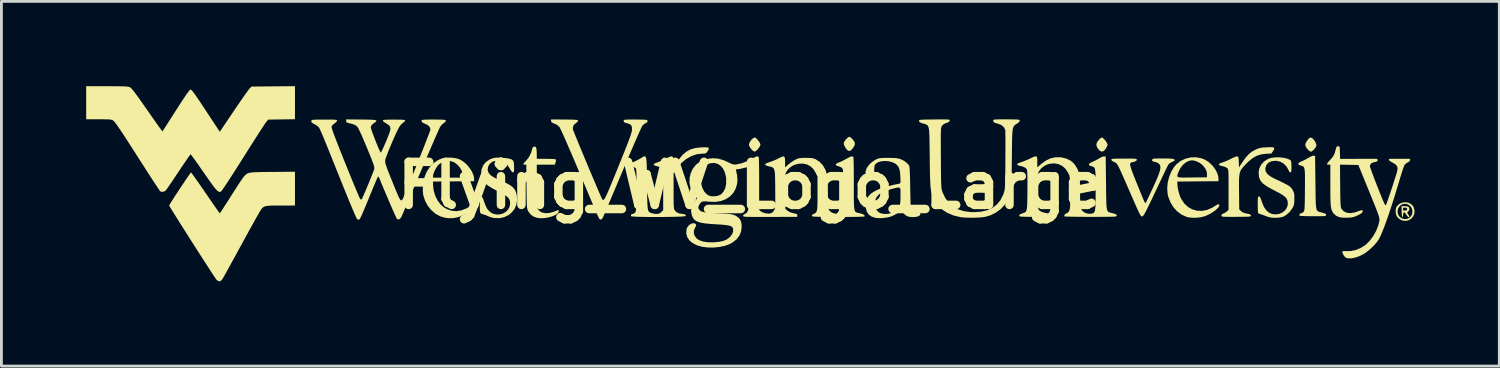
<source format=kicad_pcb>
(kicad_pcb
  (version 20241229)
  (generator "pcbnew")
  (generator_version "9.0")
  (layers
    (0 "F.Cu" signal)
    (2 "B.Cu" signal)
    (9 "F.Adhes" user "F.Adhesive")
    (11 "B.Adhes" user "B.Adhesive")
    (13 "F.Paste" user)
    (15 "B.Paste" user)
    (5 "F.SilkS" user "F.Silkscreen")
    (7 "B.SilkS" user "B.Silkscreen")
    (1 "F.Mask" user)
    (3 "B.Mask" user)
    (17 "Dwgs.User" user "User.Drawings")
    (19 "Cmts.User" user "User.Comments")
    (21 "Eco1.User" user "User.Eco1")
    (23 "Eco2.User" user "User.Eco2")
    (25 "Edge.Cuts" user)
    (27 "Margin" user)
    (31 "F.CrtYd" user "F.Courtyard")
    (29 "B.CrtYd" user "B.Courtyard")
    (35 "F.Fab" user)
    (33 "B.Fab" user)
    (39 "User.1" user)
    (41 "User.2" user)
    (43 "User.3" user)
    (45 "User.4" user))
  (footprint "Flying_WV_Logo_Large"
    (layer "F.Cu")
    (at 23.496 3.512)
    (property "Reference" "Flying_WV_Logo_Large" (at 0 0 0) (layer "F.SilkS") (effects (font (size 1.524 1.524) (thickness 0.3))))
    (attr board_only exclude_from_pos_files exclude_from_bom)
    (fp_poly (pts (xy 3.552 -1.703) (xy 3.605 -1.657) (xy 3.657 -1.597) (xy 3.696 -1.534) (xy 3.708 -1.502) (xy 3.704 -1.432) (xy 3.66 -1.348) (xy 3.595 -1.268) (xy 3.548 -1.227) (xy 3.502 -1.221) (xy 3.47 -1.231) (xy 3.43 -1.263) (xy 3.385 -1.321) (xy 3.345 -1.39) (xy 3.318 -1.455) (xy 3.313 -1.499) (xy 3.338 -1.554) (xy 3.383 -1.617) (xy 3.435 -1.674) (xy 3.484 -1.712) (xy 3.51 -1.721)) (stroke (width 0) (type solid)) (fill yes) (layer "F.SilkS"))
    (fp_poly (pts (xy 12.483 -1.68) (xy 12.532 -1.636) (xy 12.583 -1.576) (xy 12.624 -1.512) (xy 12.628 -1.505) (xy 12.65 -1.453) (xy 12.646 -1.41) (xy 12.627 -1.367) (xy 12.564 -1.265) (xy 12.5 -1.208) (xy 12.436 -1.198) (xy 12.371 -1.233) (xy 12.322 -1.288) (xy 12.271 -1.37) (xy 12.255 -1.437) (xy 12.269 -1.502) (xy 12.278 -1.522) (xy 12.314 -1.577) (xy 12.362 -1.633) (xy 12.41 -1.678) (xy 12.445 -1.698) (xy 12.448 -1.698)) (stroke (width 0) (type solid)) (fill yes) (layer "F.SilkS"))
    (fp_poly (pts (xy 19.873 -1.683) (xy 19.881 -1.68) (xy 19.93 -1.641) (xy 19.98 -1.578) (xy 20.02 -1.505) (xy 20.042 -1.438) (xy 20.042 -1.399) (xy 20.013 -1.343) (xy 19.966 -1.282) (xy 19.913 -1.23) (xy 19.865 -1.198) (xy 19.847 -1.193) (xy 19.808 -1.209) (xy 19.758 -1.251) (xy 19.735 -1.274) (xy 19.673 -1.356) (xy 19.649 -1.427) (xy 19.661 -1.495) (xy 19.698 -1.56) (xy 19.754 -1.637) (xy 19.796 -1.679) (xy 19.833 -1.692)) (stroke (width 0) (type solid)) (fill yes) (layer "F.SilkS"))
    (fp_poly (pts (xy 0.214 -1.67) (xy 0.264 -1.619) (xy 0.313 -1.556) (xy 0.351 -1.494) (xy 0.367 -1.447) (xy 0.367 -1.446) (xy 0.352 -1.397) (xy 0.313 -1.334) (xy 0.262 -1.271) (xy 0.21 -1.221) (xy 0.168 -1.198) (xy 0.118 -1.211) (xy 0.057 -1.267) (xy 0.048 -1.278) (xy 0.002 -1.34) (xy -0.03 -1.397) (xy -0.038 -1.416) (xy -0.034 -1.475) (xy -0.004 -1.544) (xy 0.043 -1.611) (xy 0.098 -1.665) (xy 0.152 -1.693) (xy 0.175 -1.694)) (stroke (width 0) (type solid)) (fill yes) (layer "F.SilkS"))
    (fp_poly (pts (xy 23.275 0.607) (xy 23.374 0.647) (xy 23.452 0.718) (xy 23.482 0.767) (xy 23.515 0.883) (xy 23.51 0.993) (xy 23.471 1.091) (xy 23.404 1.172) (xy 23.317 1.229) (xy 23.214 1.256) (xy 23.102 1.247) (xy 23.024 1.217) (xy 22.955 1.17) (xy 22.899 1.112) (xy 22.888 1.096) (xy 22.855 1.006) (xy 22.849 0.942) (xy 22.913 0.942) (xy 22.936 1.036) (xy 22.99 1.113) (xy 23.067 1.166) (xy 23.158 1.191) (xy 23.258 1.18) (xy 23.327 1.149) (xy 23.397 1.081) (xy 23.436 0.992) (xy 23.442 0.894) (xy 23.414 0.797) (xy 23.36 0.725) (xy 23.271 0.667) (xy 23.174 0.649) (xy 23.08 0.668) (xy 22.998 0.722) (xy 22.938 0.808) (xy 22.927 0.836) (xy 22.913 0.942) (xy 22.849 0.942) (xy 22.845 0.902) (xy 22.859 0.804) (xy 22.884 0.747) (xy 22.961 0.666) (xy 23.059 0.616) (xy 23.167 0.596)) (stroke (width 0) (type solid)) (fill yes) (layer "F.SilkS"))
    (fp_poly (pts (xy 23.241 0.74) (xy 23.294 0.753) (xy 23.307 0.762) (xy 23.333 0.816) (xy 23.326 0.877) (xy 23.29 0.924) (xy 23.262 0.947) (xy 23.259 0.97) (xy 23.282 1.01) (xy 23.29 1.022) (xy 23.325 1.082) (xy 23.332 1.114) (xy 23.31 1.124) (xy 23.305 1.124) (xy 23.276 1.106) (xy 23.239 1.059) (xy 23.222 1.031) (xy 23.179 0.969) (xy 23.145 0.951) (xy 23.122 0.977) (xy 23.11 1.04) (xy 23.101 1.104) (xy 23.089 1.127) (xy 23.078 1.113) (xy 23.067 1.066) (xy 23.061 0.991) (xy 23.06 0.929) (xy 23.06 0.837) (xy 23.106 0.837) (xy 23.111 0.878) (xy 23.136 0.892) (xy 23.18 0.891) (xy 23.234 0.878) (xy 23.254 0.849) (xy 23.255 0.837) (xy 23.243 0.803) (xy 23.199 0.787) (xy 23.18 0.784) (xy 23.129 0.784) (xy 23.109 0.802) (xy 23.106 0.837) (xy 23.06 0.837) (xy 23.06 0.734) (xy 23.17 0.734)) (stroke (width 0) (type solid)) (fill yes) (layer "F.SilkS"))
    (fp_poly (pts (xy 19.996 -1.044) (xy 20.008 -0.098) (xy 20.011 0.142) (xy 20.013 0.341) (xy 20.016 0.502) (xy 20.021 0.63) (xy 20.028 0.729) (xy 20.038 0.803) (xy 20.052 0.856) (xy 20.072 0.893) (xy 20.098 0.917) (xy 20.131 0.933) (xy 20.172 0.944) (xy 20.222 0.956) (xy 20.241 0.961) (xy 20.322 0.985) (xy 20.367 1.007) (xy 20.385 1.032) (xy 20.387 1.045) (xy 20.385 1.06) (xy 20.375 1.071) (xy 20.352 1.079) (xy 20.309 1.085) (xy 20.242 1.088) (xy 20.143 1.089) (xy 20.007 1.09) (xy 19.919 1.09) (xy 19.748 1.089) (xy 19.618 1.086) (xy 19.527 1.082) (xy 19.47 1.075) (xy 19.443 1.066) (xy 19.441 1.062) (xy 19.443 1.017) (xy 19.479 0.989) (xy 19.501 0.987) (xy 19.546 0.971) (xy 19.586 0.938) (xy 19.598 0.922) (xy 19.608 0.901) (xy 19.615 0.869) (xy 19.621 0.821) (xy 19.626 0.753) (xy 19.629 0.659) (xy 19.632 0.535) (xy 19.634 0.376) (xy 19.636 0.176) (xy 19.636 0.156) (xy 19.638 -0.06) (xy 19.638 -0.235) (xy 19.637 -0.372) (xy 19.633 -0.478) (xy 19.625 -0.557) (xy 19.613 -0.612) (xy 19.595 -0.65) (xy 19.572 -0.674) (xy 19.541 -0.689) (xy 19.504 -0.7) (xy 19.487 -0.704) (xy 19.42 -0.729) (xy 19.398 -0.761) (xy 19.42 -0.798) (xy 19.487 -0.839) (xy 19.531 -0.859) (xy 19.628 -0.903) (xy 19.729 -0.957) (xy 19.777 -0.986) (xy 19.853 -1.027) (xy 19.917 -1.05) (xy 19.944 -1.051)) (stroke (width 0) (type solid)) (fill yes) (layer "F.SilkS"))
    (fp_poly (pts (xy -7.595 -1.37) (xy -7.573 -1.342) (xy -7.563 -1.306) (xy -7.556 -1.243) (xy -7.55 -1.156) (xy -7.549 -1.087) (xy -7.549 -0.941) (xy -7.218 -0.941) (xy -7.083 -0.939) (xy -6.977 -0.935) (xy -6.905 -0.928) (xy -6.872 -0.918) (xy -6.872 -0.917) (xy -6.869 -0.882) (xy -6.88 -0.825) (xy -6.884 -0.814) (xy -6.91 -0.734) (xy -7.549 -0.734) (xy -7.549 0.017) (xy -7.548 0.244) (xy -7.546 0.429) (xy -7.543 0.574) (xy -7.539 0.684) (xy -7.533 0.76) (xy -7.525 0.808) (xy -7.52 0.824) (xy -7.453 0.907) (xy -7.356 0.961) (xy -7.236 0.984) (xy -7.1 0.975) (xy -6.954 0.934) (xy -6.949 0.932) (xy -6.862 0.897) (xy -6.808 0.879) (xy -6.781 0.877) (xy -6.77 0.889) (xy -6.769 0.916) (xy -6.79 0.969) (xy -6.849 1.021) (xy -6.938 1.068) (xy -7.047 1.108) (xy -7.169 1.139) (xy -7.295 1.158) (xy -7.417 1.162) (xy -7.526 1.15) (xy -7.658 1.106) (xy -7.76 1.035) (xy -7.843 0.929) (xy -7.862 0.895) (xy -7.873 0.87) (xy -7.883 0.839) (xy -7.89 0.798) (xy -7.896 0.742) (xy -7.901 0.665) (xy -7.904 0.563) (xy -7.907 0.43) (xy -7.909 0.262) (xy -7.912 0.053) (xy -7.912 0.04) (xy -7.919 -0.734) (xy -7.975 -0.734) (xy -8.017 -0.74) (xy -8.026 -0.759) (xy -8.001 -0.797) (xy -7.948 -0.85) (xy -7.833 -0.99) (xy -7.751 -1.151) (xy -7.724 -1.246) (xy -7.705 -1.317) (xy -7.684 -1.354) (xy -7.653 -1.37) (xy -7.638 -1.372)) (stroke (width 0) (type solid)) (fill yes) (layer "F.SilkS"))
    (fp_poly (pts (xy -10.467 -0.972) (xy -10.331 -0.941) (xy -10.268 -0.917) (xy -10.143 -0.84) (xy -10.025 -0.735) (xy -9.921 -0.611) (xy -9.839 -0.479) (xy -9.785 -0.348) (xy -9.768 -0.25) (xy -9.763 -0.149) (xy -10.492 -0.143) (xy -11.22 -0.137) (xy -11.22 -0.028) (xy -11.2 0.172) (xy -11.146 0.36) (xy -11.062 0.531) (xy -10.95 0.677) (xy -10.815 0.791) (xy -10.724 0.841) (xy -10.557 0.897) (xy -10.389 0.911) (xy -10.216 0.882) (xy -10.034 0.811) (xy -9.934 0.756) (xy -9.841 0.702) (xy -9.78 0.674) (xy -9.745 0.67) (xy -9.73 0.687) (xy -9.729 0.704) (xy -9.747 0.749) (xy -9.798 0.809) (xy -9.872 0.876) (xy -9.961 0.944) (xy -10.056 1.005) (xy -10.122 1.04) (xy -10.309 1.116) (xy -10.483 1.156) (xy -10.659 1.162) (xy -10.792 1.146) (xy -10.969 1.094) (xy -11.134 1.002) (xy -11.282 0.876) (xy -11.406 0.721) (xy -11.503 0.543) (xy -11.566 0.347) (xy -11.567 0.342) (xy -11.582 0.211) (xy -11.58 0.054) (xy -11.562 -0.11) (xy -11.53 -0.266) (xy -11.527 -0.275) (xy -11.22 -0.275) (xy -10.188 -0.275) (xy -10.175 -0.33) (xy -10.173 -0.42) (xy -10.206 -0.522) (xy -10.266 -0.626) (xy -10.347 -0.722) (xy -10.442 -0.799) (xy -10.497 -0.829) (xy -10.634 -0.868) (xy -10.772 -0.864) (xy -10.903 -0.821) (xy -11.017 -0.74) (xy -11.049 -0.707) (xy -11.106 -0.626) (xy -11.158 -0.53) (xy -11.198 -0.435) (xy -11.219 -0.356) (xy -11.22 -0.338) (xy -11.22 -0.275) (xy -11.527 -0.275) (xy -11.519 -0.304) (xy -11.441 -0.49) (xy -11.332 -0.655) (xy -11.197 -0.793) (xy -11.044 -0.897) (xy -10.902 -0.956) (xy -10.769 -0.98) (xy -10.619 -0.985)) (stroke (width 0) (type solid)) (fill yes) (layer "F.SilkS"))
    (fp_poly (pts (xy 15.968 -0.962) (xy 16.108 -0.906) (xy 16.236 -0.823) (xy 16.353 -0.713) (xy 16.452 -0.587) (xy 16.526 -0.453) (xy 16.569 -0.321) (xy 16.576 -0.252) (xy 16.578 -0.149) (xy 15.849 -0.143) (xy 15.121 -0.137) (xy 15.121 -0.051) (xy 15.134 0.083) (xy 15.167 0.234) (xy 15.215 0.381) (xy 15.261 0.483) (xy 15.369 0.642) (xy 15.501 0.764) (xy 15.652 0.849) (xy 15.818 0.895) (xy 15.993 0.901) (xy 16.172 0.867) (xy 16.35 0.791) (xy 16.435 0.738) (xy 16.52 0.687) (xy 16.578 0.667) (xy 16.608 0.68) (xy 16.612 0.698) (xy 16.592 0.752) (xy 16.537 0.818) (xy 16.455 0.89) (xy 16.353 0.961) (xy 16.238 1.027) (xy 16.12 1.081) (xy 16.087 1.093) (xy 15.953 1.126) (xy 15.799 1.144) (xy 15.642 1.144) (xy 15.502 1.128) (xy 15.448 1.114) (xy 15.274 1.036) (xy 15.117 0.92) (xy 14.983 0.772) (xy 14.876 0.598) (xy 14.801 0.404) (xy 14.777 0.3) (xy 14.762 0.108) (xy 14.78 -0.094) (xy 14.829 -0.295) (xy 14.844 -0.334) (xy 15.119 -0.334) (xy 15.132 -0.307) (xy 15.166 -0.29) (xy 15.228 -0.281) (xy 15.321 -0.277) (xy 15.45 -0.278) (xy 15.62 -0.28) (xy 15.643 -0.281) (xy 16.165 -0.287) (xy 16.172 -0.374) (xy 16.16 -0.487) (xy 16.109 -0.6) (xy 16.027 -0.705) (xy 15.921 -0.792) (xy 15.797 -0.854) (xy 15.767 -0.864) (xy 15.685 -0.884) (xy 15.621 -0.887) (xy 15.552 -0.874) (xy 15.537 -0.87) (xy 15.426 -0.817) (xy 15.32 -0.73) (xy 15.231 -0.617) (xy 15.17 -0.497) (xy 15.143 -0.427) (xy 15.125 -0.373) (xy 15.119 -0.334) (xy 14.844 -0.334) (xy 14.904 -0.484) (xy 15.003 -0.649) (xy 15.086 -0.746) (xy 15.235 -0.864) (xy 15.406 -0.946) (xy 15.591 -0.991) (xy 15.781 -0.996)) (stroke (width 0) (type solid)) (fill yes) (layer "F.SilkS"))
    (fp_poly (pts (xy 18.494 -1.349) (xy 18.54 -1.335) (xy 18.553 -1.309) (xy 18.539 -1.267) (xy 18.509 -1.218) (xy 18.451 -1.13) (xy 18.259 -1.12) (xy 18.089 -1.099) (xy 17.938 -1.052) (xy 17.797 -0.974) (xy 17.655 -0.861) (xy 17.577 -0.785) (xy 17.5 -0.705) (xy 17.438 -0.638) (xy 17.391 -0.575) (xy 17.355 -0.512) (xy 17.331 -0.441) (xy 17.315 -0.356) (xy 17.306 -0.25) (xy 17.303 -0.117) (xy 17.303 0.05) (xy 17.305 0.228) (xy 17.312 0.848) (xy 17.373 0.909) (xy 17.437 0.955) (xy 17.527 0.986) (xy 17.58 0.997) (xy 17.661 1.014) (xy 17.706 1.032) (xy 17.723 1.054) (xy 17.725 1.067) (xy 17.723 1.081) (xy 17.713 1.092) (xy 17.689 1.099) (xy 17.647 1.105) (xy 17.579 1.108) (xy 17.482 1.11) (xy 17.349 1.111) (xy 17.203 1.112) (xy 17.035 1.112) (xy 16.908 1.112) (xy 16.816 1.11) (xy 16.753 1.107) (xy 16.713 1.102) (xy 16.692 1.093) (xy 16.683 1.082) (xy 16.681 1.067) (xy 16.681 1.064) (xy 16.7 1.018) (xy 16.737 1.001) (xy 16.791 0.977) (xy 16.853 0.935) (xy 16.863 0.927) (xy 16.933 0.868) (xy 16.933 0.151) (xy 16.933 -0.049) (xy 16.933 -0.208) (xy 16.932 -0.332) (xy 16.93 -0.424) (xy 16.926 -0.492) (xy 16.921 -0.538) (xy 16.913 -0.569) (xy 16.904 -0.59) (xy 16.891 -0.605) (xy 16.882 -0.614) (xy 16.828 -0.647) (xy 16.752 -0.674) (xy 16.716 -0.682) (xy 16.632 -0.703) (xy 16.593 -0.729) (xy 16.599 -0.759) (xy 16.651 -0.791) (xy 16.72 -0.814) (xy 16.807 -0.845) (xy 16.912 -0.889) (xy 17.014 -0.939) (xy 17.023 -0.944) (xy 17.108 -0.985) (xy 17.182 -1.015) (xy 17.232 -1.028) (xy 17.241 -1.028) (xy 17.265 -1.02) (xy 17.28 -1) (xy 17.288 -0.958) (xy 17.294 -0.884) (xy 17.296 -0.829) (xy 17.302 -0.637) (xy 17.439 -0.845) (xy 17.546 -0.994) (xy 17.651 -1.108) (xy 17.764 -1.197) (xy 17.894 -1.27) (xy 17.91 -1.277) (xy 17.984 -1.307) (xy 18.056 -1.327) (xy 18.141 -1.34) (xy 18.253 -1.348) (xy 18.29 -1.349) (xy 18.413 -1.353)) (stroke (width 0) (type solid)) (fill yes) (layer "F.SilkS"))
    (fp_poly (pts (xy -16.107 0.711) (xy -16.613 0.711) (xy -16.791 0.712) (xy -16.93 0.714) (xy -17.035 0.719) (xy -17.114 0.728) (xy -17.172 0.742) (xy -17.216 0.762) (xy -17.253 0.79) (xy -17.288 0.826) (xy -17.291 0.83) (xy -17.311 0.859) (xy -17.35 0.925) (xy -17.408 1.024) (xy -17.48 1.152) (xy -17.566 1.306) (xy -17.663 1.481) (xy -17.77 1.673) (xy -17.883 1.88) (xy -17.978 2.054) (xy -18.097 2.27) (xy -18.209 2.476) (xy -18.315 2.668) (xy -18.411 2.843) (xy -18.495 2.996) (xy -18.565 3.123) (xy -18.62 3.221) (xy -18.656 3.285) (xy -18.67 3.31) (xy -18.726 3.375) (xy -18.785 3.395) (xy -18.848 3.369) (xy -18.887 3.333) (xy -18.909 3.303) (xy -18.953 3.239) (xy -19.015 3.145) (xy -19.094 3.025) (xy -19.186 2.882) (xy -19.29 2.722) (xy -19.403 2.546) (xy -19.523 2.36) (xy -19.646 2.167) (xy -19.771 1.971) (xy -19.895 1.776) (xy -20.015 1.587) (xy -20.13 1.406) (xy -20.236 1.237) (xy -20.331 1.085) (xy -20.413 0.954) (xy -20.479 0.847) (xy -20.527 0.768) (xy -20.554 0.722) (xy -20.559 0.711) (xy -20.546 0.685) (xy -20.513 0.628) (xy -20.461 0.545) (xy -20.395 0.442) (xy -20.318 0.324) (xy -20.235 0.197) (xy -20.15 0.067) (xy -20.065 -0.06) (xy -19.985 -0.179) (xy -19.913 -0.284) (xy -19.854 -0.369) (xy -19.811 -0.429) (xy -19.788 -0.457) (xy -19.785 -0.459) (xy -19.769 -0.44) (xy -19.729 -0.388) (xy -19.67 -0.306) (xy -19.594 -0.198) (xy -19.503 -0.069) (xy -19.402 0.077) (xy -19.292 0.237) (xy -19.274 0.263) (xy -19.163 0.425) (xy -19.06 0.573) (xy -18.969 0.705) (xy -18.891 0.817) (xy -18.829 0.903) (xy -18.787 0.961) (xy -18.768 0.985) (xy -18.767 0.986) (xy -18.752 0.967) (xy -18.716 0.914) (xy -18.661 0.832) (xy -18.592 0.724) (xy -18.51 0.597) (xy -18.419 0.453) (xy -18.368 0.373) (xy -18.27 0.218) (xy -18.177 0.073) (xy -18.092 -0.058) (xy -18.018 -0.168) (xy -17.96 -0.252) (xy -17.921 -0.306) (xy -17.911 -0.317) (xy -17.874 -0.356) (xy -17.841 -0.388) (xy -17.806 -0.414) (xy -17.764 -0.433) (xy -17.711 -0.448) (xy -17.64 -0.458) (xy -17.549 -0.466) (xy -17.43 -0.47) (xy -17.28 -0.474) (xy -17.093 -0.476) (xy -16.905 -0.477) (xy -16.107 -0.485)) (stroke (width 0) (type solid)) (fill yes) (layer "F.SilkS"))
    (fp_poly (pts (xy -8.849 -0.982) (xy -8.799 -0.979) (xy -8.638 -0.967) (xy -8.518 -0.946) (xy -8.435 -0.917) (xy -8.386 -0.878) (xy -8.373 -0.854) (xy -8.362 -0.805) (xy -8.355 -0.726) (xy -8.352 -0.635) (xy -8.352 -0.629) (xy -8.353 -0.541) (xy -8.359 -0.489) (xy -8.371 -0.465) (xy -8.391 -0.459) (xy -8.392 -0.459) (xy -8.428 -0.48) (xy -8.473 -0.541) (xy -8.501 -0.59) (xy -8.586 -0.718) (xy -8.688 -0.804) (xy -8.811 -0.853) (xy -8.909 -0.866) (xy -9.009 -0.867) (xy -9.083 -0.853) (xy -9.13 -0.831) (xy -9.217 -0.76) (xy -9.271 -0.666) (xy -9.286 -0.56) (xy -9.284 -0.543) (xy -9.267 -0.473) (xy -9.229 -0.41) (xy -9.165 -0.349) (xy -9.072 -0.288) (xy -8.944 -0.222) (xy -8.777 -0.148) (xy -8.776 -0.148) (xy -8.614 -0.075) (xy -8.489 -0.006) (xy -8.398 0.064) (xy -8.333 0.141) (xy -8.289 0.23) (xy -8.259 0.337) (xy -8.244 0.512) (xy -8.269 0.675) (xy -8.331 0.822) (xy -8.425 0.947) (xy -8.546 1.048) (xy -8.691 1.119) (xy -8.854 1.157) (xy -9.032 1.156) (xy -9.088 1.148) (xy -9.177 1.125) (xy -9.267 1.091) (xy -9.284 1.083) (xy -9.363 1.049) (xy -9.443 1.024) (xy -9.458 1.021) (xy -9.524 0.997) (xy -9.554 0.956) (xy -9.561 0.905) (xy -9.566 0.825) (xy -9.567 0.728) (xy -9.566 0.627) (xy -9.562 0.534) (xy -9.557 0.46) (xy -9.548 0.418) (xy -9.547 0.415) (xy -9.516 0.391) (xy -9.483 0.412) (xy -9.447 0.478) (xy -9.41 0.583) (xy -9.374 0.682) (xy -9.332 0.777) (xy -9.291 0.848) (xy -9.288 0.851) (xy -9.198 0.944) (xy -9.092 1.003) (xy -8.977 1.029) (xy -8.861 1.026) (xy -8.75 0.996) (xy -8.65 0.94) (xy -8.57 0.863) (xy -8.515 0.766) (xy -8.492 0.652) (xy -8.499 0.564) (xy -8.515 0.508) (xy -8.542 0.458) (xy -8.587 0.41) (xy -8.655 0.359) (xy -8.751 0.3) (xy -8.881 0.23) (xy -8.946 0.196) (xy -9.124 0.101) (xy -9.263 0.016) (xy -9.368 -0.062) (xy -9.441 -0.139) (xy -9.489 -0.219) (xy -9.514 -0.306) (xy -9.522 -0.404) (xy -9.522 -0.407) (xy -9.502 -0.572) (xy -9.443 -0.714) (xy -9.347 -0.83) (xy -9.216 -0.918) (xy -9.159 -0.942) (xy -9.089 -0.966) (xy -9.025 -0.979) (xy -8.949 -0.984)) (stroke (width 0) (type solid)) (fill yes) (layer "F.SilkS"))
    (fp_poly (pts (xy 18.744 -0.993) (xy 18.889 -0.977) (xy 19.017 -0.945) (xy 19.107 -0.904) (xy 19.132 -0.884) (xy 19.147 -0.857) (xy 19.155 -0.811) (xy 19.159 -0.738) (xy 19.159 -0.665) (xy 19.158 -0.565) (xy 19.153 -0.502) (xy 19.143 -0.47) (xy 19.127 -0.459) (xy 19.124 -0.459) (xy 19.091 -0.478) (xy 19.067 -0.518) (xy 18.992 -0.659) (xy 18.89 -0.767) (xy 18.766 -0.839) (xy 18.624 -0.871) (xy 18.587 -0.872) (xy 18.453 -0.855) (xy 18.348 -0.807) (xy 18.276 -0.729) (xy 18.239 -0.625) (xy 18.235 -0.569) (xy 18.253 -0.484) (xy 18.308 -0.405) (xy 18.403 -0.327) (xy 18.54 -0.25) (xy 18.572 -0.235) (xy 18.738 -0.157) (xy 18.868 -0.094) (xy 18.967 -0.043) (xy 19.04 -0.002) (xy 19.094 0.035) (xy 19.133 0.069) (xy 19.164 0.104) (xy 19.191 0.145) (xy 19.193 0.147) (xy 19.226 0.206) (xy 19.247 0.257) (xy 19.258 0.315) (xy 19.262 0.395) (xy 19.262 0.469) (xy 19.26 0.576) (xy 19.253 0.652) (xy 19.237 0.714) (xy 19.21 0.775) (xy 19.2 0.794) (xy 19.103 0.933) (xy 18.975 1.046) (xy 18.874 1.104) (xy 18.787 1.129) (xy 18.673 1.143) (xy 18.549 1.146) (xy 18.432 1.137) (xy 18.34 1.116) (xy 18.333 1.114) (xy 18.259 1.086) (xy 18.174 1.055) (xy 18.09 1.026) (xy 18.024 1.004) (xy 17.995 0.995) (xy 17.982 0.978) (xy 17.973 0.932) (xy 17.968 0.85) (xy 17.966 0.73) (xy 17.966 0.689) (xy 17.966 0.567) (xy 17.968 0.483) (xy 17.973 0.431) (xy 17.982 0.403) (xy 17.995 0.392) (xy 18.009 0.39) (xy 18.033 0.399) (xy 18.057 0.432) (xy 18.083 0.496) (xy 18.113 0.586) (xy 18.182 0.756) (xy 18.27 0.885) (xy 18.377 0.972) (xy 18.47 1.01) (xy 18.603 1.026) (xy 18.728 1.007) (xy 18.84 0.958) (xy 18.931 0.884) (xy 18.997 0.79) (xy 19.03 0.681) (xy 19.025 0.564) (xy 19.02 0.546) (xy 18.999 0.489) (xy 18.963 0.437) (xy 18.909 0.385) (xy 18.829 0.329) (xy 18.72 0.265) (xy 18.574 0.189) (xy 18.553 0.178) (xy 18.385 0.089) (xy 18.256 0.011) (xy 18.159 -0.061) (xy 18.09 -0.132) (xy 18.044 -0.206) (xy 18.015 -0.287) (xy 18.013 -0.294) (xy 17.996 -0.454) (xy 18.022 -0.604) (xy 18.088 -0.737) (xy 18.193 -0.85) (xy 18.332 -0.938) (xy 18.344 -0.943) (xy 18.458 -0.977) (xy 18.595 -0.993)) (stroke (width 0) (type solid)) (fill yes) (layer "F.SilkS"))
    (fp_poly (pts (xy 14.758 -0.953) (xy 14.872 -0.95) (xy 14.95 -0.942) (xy 14.999 -0.93) (xy 15.023 -0.911) (xy 15.029 -0.891) (xy 15.01 -0.871) (xy 14.961 -0.842) (xy 14.927 -0.827) (xy 14.86 -0.79) (xy 14.809 -0.747) (xy 14.797 -0.73) (xy 14.781 -0.698) (xy 14.748 -0.63) (xy 14.699 -0.529) (xy 14.638 -0.401) (xy 14.566 -0.249) (xy 14.485 -0.079) (xy 14.398 0.105) (xy 14.35 0.207) (xy 14.248 0.423) (xy 14.162 0.602) (xy 14.092 0.746) (xy 14.036 0.86) (xy 13.992 0.946) (xy 13.957 1.009) (xy 13.929 1.052) (xy 13.908 1.078) (xy 13.891 1.092) (xy 13.877 1.097) (xy 13.861 1.097) (xy 13.845 1.089) (xy 13.827 1.071) (xy 13.805 1.038) (xy 13.777 0.986) (xy 13.741 0.91) (xy 13.693 0.808) (xy 13.634 0.675) (xy 13.56 0.506) (xy 13.492 0.351) (xy 13.385 0.105) (xy 13.294 -0.103) (xy 13.218 -0.275) (xy 13.156 -0.416) (xy 13.105 -0.529) (xy 13.063 -0.616) (xy 13.03 -0.683) (xy 13.002 -0.731) (xy 12.979 -0.765) (xy 12.958 -0.788) (xy 12.939 -0.803) (xy 12.918 -0.814) (xy 12.894 -0.824) (xy 12.883 -0.828) (xy 12.813 -0.867) (xy 12.785 -0.902) (xy 12.785 -0.913) (xy 12.792 -0.926) (xy 12.811 -0.935) (xy 12.848 -0.942) (xy 12.908 -0.947) (xy 12.999 -0.949) (xy 13.126 -0.95) (xy 13.239 -0.95) (xy 13.393 -0.95) (xy 13.507 -0.949) (xy 13.587 -0.946) (xy 13.639 -0.942) (xy 13.669 -0.935) (xy 13.683 -0.925) (xy 13.687 -0.911) (xy 13.687 -0.908) (xy 13.672 -0.875) (xy 13.622 -0.848) (xy 13.578 -0.834) (xy 13.54 -0.824) (xy 13.508 -0.816) (xy 13.482 -0.806) (xy 13.463 -0.792) (xy 13.452 -0.77) (xy 13.45 -0.737) (xy 13.458 -0.689) (xy 13.476 -0.623) (xy 13.505 -0.536) (xy 13.546 -0.425) (xy 13.601 -0.286) (xy 13.669 -0.117) (xy 13.752 0.087) (xy 13.85 0.328) (xy 13.921 0.501) (xy 13.952 0.57) (xy 13.979 0.615) (xy 13.995 0.627) (xy 13.996 0.627) (xy 14.01 0.601) (xy 14.04 0.54) (xy 14.084 0.45) (xy 14.138 0.337) (xy 14.199 0.207) (xy 14.232 0.138) (xy 14.327 -0.07) (xy 14.402 -0.241) (xy 14.458 -0.38) (xy 14.496 -0.491) (xy 14.517 -0.579) (xy 14.522 -0.647) (xy 14.513 -0.701) (xy 14.491 -0.744) (xy 14.471 -0.766) (xy 14.413 -0.805) (xy 14.335 -0.832) (xy 14.321 -0.834) (xy 14.259 -0.847) (xy 14.233 -0.866) (xy 14.23 -0.898) (xy 14.23 -0.901) (xy 14.234 -0.92) (xy 14.245 -0.934) (xy 14.269 -0.943) (xy 14.313 -0.949) (xy 14.384 -0.952) (xy 14.489 -0.953) (xy 14.604 -0.954)) (stroke (width 0) (type solid)) (fill yes) (layer "F.SilkS"))
    (fp_poly (pts (xy 5.03 -0.973) (xy 5.138 -0.968) (xy 5.221 -0.958) (xy 5.29 -0.942) (xy 5.32 -0.932) (xy 5.432 -0.88) (xy 5.534 -0.808) (xy 5.611 -0.728) (xy 5.628 -0.702) (xy 5.637 -0.669) (xy 5.645 -0.601) (xy 5.652 -0.496) (xy 5.658 -0.352) (xy 5.663 -0.166) (xy 5.667 0.062) (xy 5.667 0.092) (xy 5.671 0.308) (xy 5.675 0.483) (xy 5.679 0.622) (xy 5.686 0.728) (xy 5.695 0.808) (xy 5.707 0.864) (xy 5.723 0.903) (xy 5.744 0.929) (xy 5.771 0.946) (xy 5.804 0.96) (xy 5.811 0.962) (xy 5.883 0.975) (xy 5.941 0.972) (xy 6 0.972) (xy 6.027 0.996) (xy 6.025 1.032) (xy 5.991 1.072) (xy 5.937 1.1) (xy 5.84 1.12) (xy 5.725 1.122) (xy 5.618 1.108) (xy 5.567 1.093) (xy 5.504 1.054) (xy 5.44 0.998) (xy 5.425 0.98) (xy 5.358 0.899) (xy 5.209 0.99) (xy 5.118 1.04) (xy 5.025 1.084) (xy 4.952 1.112) (xy 4.833 1.138) (xy 4.698 1.154) (xy 4.565 1.159) (xy 4.453 1.151) (xy 4.433 1.147) (xy 4.298 1.102) (xy 4.198 1.03) (xy 4.131 0.928) (xy 4.095 0.793) (xy 4.09 0.743) (xy 4.093 0.607) (xy 4.095 0.597) (xy 4.412 0.597) (xy 4.413 0.723) (xy 4.453 0.837) (xy 4.529 0.931) (xy 4.564 0.957) (xy 4.65 0.994) (xy 4.761 1.01) (xy 4.881 1.005) (xy 4.981 0.983) (xy 5.112 0.92) (xy 5.215 0.835) (xy 5.276 0.747) (xy 5.297 0.699) (xy 5.31 0.645) (xy 5.318 0.576) (xy 5.322 0.481) (xy 5.323 0.36) (xy 5.324 0.234) (xy 5.321 0.147) (xy 5.307 0.096) (xy 5.275 0.074) (xy 5.218 0.076) (xy 5.13 0.096) (xy 5.019 0.124) (xy 4.83 0.18) (xy 4.682 0.242) (xy 4.57 0.314) (xy 4.49 0.397) (xy 4.449 0.468) (xy 4.412 0.597) (xy 4.095 0.597) (xy 4.126 0.485) (xy 4.191 0.377) (xy 4.29 0.28) (xy 4.426 0.193) (xy 4.6 0.115) (xy 4.814 0.045) (xy 5.07 -0.019) (xy 5.274 -0.061) (xy 5.298 -0.067) (xy 5.314 -0.081) (xy 5.322 -0.11) (xy 5.323 -0.164) (xy 5.321 -0.251) (xy 5.319 -0.305) (xy 5.307 -0.458) (xy 5.285 -0.575) (xy 5.247 -0.663) (xy 5.192 -0.73) (xy 5.138 -0.772) (xy 5.032 -0.823) (xy 4.908 -0.854) (xy 4.776 -0.864) (xy 4.65 -0.854) (xy 4.539 -0.824) (xy 4.457 -0.774) (xy 4.449 -0.766) (xy 4.422 -0.734) (xy 4.406 -0.697) (xy 4.398 -0.645) (xy 4.394 -0.566) (xy 4.394 -0.497) (xy 4.394 -0.287) (xy 4.302 -0.288) (xy 4.224 -0.3) (xy 4.155 -0.327) (xy 4.147 -0.331) (xy 4.098 -0.387) (xy 4.083 -0.462) (xy 4.101 -0.549) (xy 4.146 -0.643) (xy 4.216 -0.736) (xy 4.308 -0.823) (xy 4.418 -0.898) (xy 4.47 -0.925) (xy 4.521 -0.946) (xy 4.573 -0.96) (xy 4.638 -0.968) (xy 4.725 -0.973) (xy 4.845 -0.975) (xy 4.887 -0.975)) (stroke (width 0) (type solid)) (fill yes) (layer "F.SilkS"))
    (fp_poly (pts (xy -6.568 -2.332) (xy -6.406 -2.33) (xy -6.284 -2.328) (xy -6.197 -2.324) (xy -6.139 -2.319) (xy -6.105 -2.311) (xy -6.089 -2.301) (xy -6.086 -2.294) (xy -6.1 -2.262) (xy -6.142 -2.221) (xy -6.161 -2.208) (xy -6.238 -2.14) (xy -6.272 -2.062) (xy -6.27 -1.984) (xy -6.259 -1.953) (xy -6.232 -1.885) (xy -6.192 -1.783) (xy -6.139 -1.654) (xy -6.077 -1.502) (xy -6.006 -1.33) (xy -5.929 -1.145) (xy -5.848 -0.951) (xy -5.765 -0.752) (xy -5.682 -0.553) (xy -5.6 -0.359) (xy -5.522 -0.175) (xy -5.45 -0.005) (xy -5.386 0.146) (xy -5.331 0.273) (xy -5.288 0.372) (xy -5.259 0.437) (xy -5.248 0.459) (xy -5.233 0.487) (xy -5.218 0.507) (xy -5.202 0.516) (xy -5.184 0.511) (xy -5.162 0.489) (xy -5.135 0.448) (xy -5.101 0.384) (xy -5.06 0.294) (xy -5.008 0.177) (xy -4.945 0.028) (xy -4.87 -0.154) (xy -4.78 -0.374) (xy -4.675 -0.632) (xy -4.669 -0.647) (xy -4.561 -0.915) (xy -4.469 -1.144) (xy -4.392 -1.337) (xy -4.329 -1.498) (xy -4.28 -1.629) (xy -4.241 -1.735) (xy -4.214 -1.818) (xy -4.195 -1.882) (xy -4.184 -1.93) (xy -4.181 -1.957) (xy -4.181 -2.057) (xy -4.204 -2.124) (xy -4.258 -2.169) (xy -4.35 -2.2) (xy -4.361 -2.203) (xy -4.43 -2.223) (xy -4.464 -2.245) (xy -4.474 -2.277) (xy -4.474 -2.281) (xy -4.473 -2.299) (xy -4.466 -2.312) (xy -4.446 -2.321) (xy -4.407 -2.327) (xy -4.344 -2.33) (xy -4.249 -2.331) (xy -4.118 -2.331) (xy -4.056 -2.331) (xy -3.908 -2.33) (xy -3.799 -2.328) (xy -3.724 -2.325) (xy -3.676 -2.32) (xy -3.649 -2.312) (xy -3.635 -2.301) (xy -3.63 -2.284) (xy -3.63 -2.28) (xy -3.637 -2.239) (xy -3.681 -2.211) (xy -3.69 -2.208) (xy -3.748 -2.174) (xy -3.805 -2.12) (xy -3.815 -2.107) (xy -3.833 -2.074) (xy -3.867 -2.002) (xy -3.916 -1.894) (xy -3.978 -1.755) (xy -4.051 -1.588) (xy -4.135 -1.395) (xy -4.227 -1.182) (xy -4.325 -0.951) (xy -4.43 -0.705) (xy -4.529 -0.47) (xy -4.636 -0.216) (xy -4.738 0.027) (xy -4.835 0.255) (xy -4.923 0.465) (xy -5.003 0.653) (xy -5.072 0.816) (xy -5.129 0.95) (xy -5.173 1.052) (xy -5.202 1.119) (xy -5.214 1.145) (xy -5.253 1.198) (xy -5.293 1.208) (xy -5.316 1.198) (xy -5.324 1.193) (xy -5.331 1.185) (xy -5.34 1.172) (xy -5.353 1.15) (xy -5.369 1.117) (xy -5.391 1.071) (xy -5.419 1.008) (xy -5.455 0.926) (xy -5.5 0.821) (xy -5.555 0.692) (xy -5.622 0.535) (xy -5.701 0.348) (xy -5.794 0.127) (xy -5.902 -0.129) (xy -6.026 -0.424) (xy -6.07 -0.528) (xy -6.174 -0.775) (xy -6.275 -1.011) (xy -6.37 -1.232) (xy -6.458 -1.435) (xy -6.537 -1.617) (xy -6.606 -1.773) (xy -6.664 -1.899) (xy -6.708 -1.993) (xy -6.736 -2.05) (xy -6.745 -2.065) (xy -6.833 -2.143) (xy -6.926 -2.188) (xy -6.997 -2.218) (xy -7.033 -2.246) (xy -7.044 -2.28) (xy -7.044 -2.283) (xy -7.044 -2.335)) (stroke (width 0) (type solid)) (fill yes) (layer "F.SilkS"))
    (fp_poly (pts (xy -16.107 -2.343) (xy -16.58 -2.336) (xy -17.053 -2.329) (xy -17.125 -2.244) (xy -17.15 -2.21) (xy -17.197 -2.141) (xy -17.264 -2.039) (xy -17.348 -1.91) (xy -17.446 -1.757) (xy -17.558 -1.583) (xy -17.679 -1.392) (xy -17.808 -1.188) (xy -17.941 -0.977) (xy -18.091 -0.74) (xy -18.229 -0.523) (xy -18.354 -0.329) (xy -18.463 -0.161) (xy -18.556 -0.02) (xy -18.631 0.091) (xy -18.686 0.169) (xy -18.72 0.212) (xy -18.729 0.22) (xy -18.76 0.227) (xy -18.789 0.227) (xy -18.82 0.215) (xy -18.856 0.188) (xy -18.9 0.143) (xy -18.955 0.077) (xy -19.024 -0.014) (xy -19.11 -0.133) (xy -19.216 -0.284) (xy -19.329 -0.447) (xy -19.436 -0.6) (xy -19.534 -0.74) (xy -19.622 -0.864) (xy -19.695 -0.966) (xy -19.752 -1.042) (xy -19.788 -1.089) (xy -19.8 -1.101) (xy -19.816 -1.083) (xy -19.855 -1.031) (xy -19.912 -0.949) (xy -19.985 -0.843) (xy -20.071 -0.717) (xy -20.167 -0.575) (xy -20.225 -0.488) (xy -20.326 -0.336) (xy -20.422 -0.194) (xy -20.507 -0.068) (xy -20.579 0.037) (xy -20.635 0.117) (xy -20.671 0.166) (xy -20.68 0.178) (xy -20.742 0.218) (xy -20.817 0.228) (xy -20.874 0.21) (xy -20.892 0.188) (xy -20.931 0.131) (xy -20.991 0.041) (xy -21.069 -0.077) (xy -21.163 -0.221) (xy -21.27 -0.386) (xy -21.389 -0.571) (xy -21.517 -0.771) (xy -21.653 -0.982) (xy -21.678 -1.022) (xy -21.853 -1.295) (xy -22.004 -1.53) (xy -22.134 -1.73) (xy -22.243 -1.896) (xy -22.334 -2.03) (xy -22.406 -2.135) (xy -22.462 -2.211) (xy -22.503 -2.261) (xy -22.529 -2.287) (xy -22.53 -2.288) (xy -22.559 -2.306) (xy -22.59 -2.32) (xy -22.629 -2.329) (xy -22.683 -2.335) (xy -22.761 -2.338) (xy -22.868 -2.34) (xy -23.013 -2.34) (xy -23.052 -2.34) (xy -23.496 -2.34) (xy -23.496 -3.511) (xy -22.759 -3.511) (xy -22.549 -3.51) (xy -22.38 -3.509) (xy -22.246 -3.507) (xy -22.144 -3.504) (xy -22.068 -3.499) (xy -22.013 -3.493) (xy -21.974 -3.485) (xy -21.948 -3.475) (xy -21.922 -3.457) (xy -21.886 -3.422) (xy -21.839 -3.365) (xy -21.777 -3.286) (xy -21.698 -3.18) (xy -21.601 -3.045) (xy -21.483 -2.878) (xy -21.341 -2.675) (xy -21.339 -2.672) (xy -21.223 -2.506) (xy -21.116 -2.353) (xy -21.019 -2.216) (xy -20.937 -2.1) (xy -20.871 -2.009) (xy -20.824 -1.945) (xy -20.799 -1.914) (xy -20.796 -1.911) (xy -20.783 -1.932) (xy -20.747 -1.987) (xy -20.692 -2.072) (xy -20.621 -2.183) (xy -20.536 -2.315) (xy -20.44 -2.465) (xy -20.336 -2.628) (xy -20.321 -2.652) (xy -20.189 -2.857) (xy -20.08 -3.025) (xy -19.991 -3.158) (xy -19.921 -3.259) (xy -19.868 -3.33) (xy -19.831 -3.373) (xy -19.808 -3.391) (xy -19.805 -3.392) (xy -19.789 -3.388) (xy -19.768 -3.372) (xy -19.737 -3.34) (xy -19.696 -3.288) (xy -19.642 -3.213) (xy -19.572 -3.113) (xy -19.484 -2.983) (xy -19.376 -2.821) (xy -19.262 -2.649) (xy -18.767 -1.899) (xy -18.274 -2.63) (xy -18.162 -2.796) (xy -18.054 -2.953) (xy -17.956 -3.095) (xy -17.869 -3.219) (xy -17.798 -3.318) (xy -17.745 -3.39) (xy -17.715 -3.428) (xy -17.713 -3.43) (xy -17.644 -3.499) (xy -16.876 -3.506) (xy -16.107 -3.512)) (stroke (width 0) (type solid)) (fill yes) (layer "F.SilkS"))
    (fp_poly (pts (xy -1.516 -1.346) (xy -1.471 -1.331) (xy -1.458 -1.304) (xy -1.473 -1.261) (xy -1.499 -1.218) (xy -1.536 -1.166) (xy -1.569 -1.138) (xy -1.613 -1.126) (xy -1.686 -1.124) (xy -1.696 -1.124) (xy -1.89 -1.102) (xy -2.081 -1.037) (xy -2.264 -0.933) (xy -2.432 -0.793) (xy -2.581 -0.62) (xy -2.638 -0.537) (xy -2.707 -0.427) (xy -2.707 0.194) (xy -2.707 0.38) (xy -2.706 0.527) (xy -2.704 0.638) (xy -2.701 0.722) (xy -2.696 0.782) (xy -2.689 0.825) (xy -2.679 0.856) (xy -2.667 0.881) (xy -2.663 0.888) (xy -2.598 0.952) (xy -2.501 0.995) (xy -2.386 1.01) (xy -2.319 1.021) (xy -2.28 1.049) (xy -2.276 1.081) (xy -2.301 1.09) (xy -2.366 1.097) (xy -2.465 1.103) (xy -2.593 1.108) (xy -2.743 1.112) (xy -2.909 1.115) (xy -3.087 1.117) (xy -3.27 1.118) (xy -3.452 1.118) (xy -3.627 1.117) (xy -3.79 1.114) (xy -3.935 1.111) (xy -4.055 1.106) (xy -4.146 1.1) (xy -4.201 1.093) (xy -4.215 1.087) (xy -4.214 1.04) (xy -4.177 1.012) (xy -4.155 1.01) (xy -4.11 0.994) (xy -4.071 0.961) (xy -4.058 0.945) (xy -4.049 0.924) (xy -4.041 0.892) (xy -4.035 0.844) (xy -4.03 0.776) (xy -4.027 0.682) (xy -4.024 0.557) (xy -4.022 0.397) (xy -4.02 0.197) (xy -4.02 0.181) (xy -4.019 -0.06) (xy -4.019 -0.256) (xy -4.022 -0.407) (xy -4.027 -0.514) (xy -4.033 -0.579) (xy -4.038 -0.597) (xy -4.077 -0.633) (xy -4.145 -0.664) (xy -4.165 -0.671) (xy -4.239 -0.699) (xy -4.267 -0.731) (xy -4.25 -0.766) (xy -4.187 -0.803) (xy -4.159 -0.815) (xy -4.083 -0.848) (xy -3.988 -0.895) (xy -3.896 -0.946) (xy -3.839 -0.98) (xy -3.792 -1.008) (xy -3.754 -1.026) (xy -3.724 -1.03) (xy -3.701 -1.017) (xy -3.684 -0.983) (xy -3.672 -0.926) (xy -3.663 -0.841) (xy -3.658 -0.725) (xy -3.654 -0.575) (xy -3.652 -0.387) (xy -3.649 -0.157) (xy -3.648 -0.078) (xy -3.645 0.162) (xy -3.643 0.36) (xy -3.639 0.52) (xy -3.635 0.648) (xy -3.629 0.746) (xy -3.621 0.82) (xy -3.61 0.873) (xy -3.595 0.91) (xy -3.576 0.936) (xy -3.552 0.953) (xy -3.523 0.967) (xy -3.494 0.979) (xy -3.423 0.998) (xy -3.338 1.009) (xy -3.315 1.01) (xy -3.237 1.003) (xy -3.181 0.977) (xy -3.142 0.943) (xy -3.075 0.875) (xy -3.075 0.165) (xy -3.075 -0.047) (xy -3.075 -0.217) (xy -3.078 -0.351) (xy -3.084 -0.453) (xy -3.094 -0.528) (xy -3.11 -0.582) (xy -3.133 -0.617) (xy -3.163 -0.641) (xy -3.202 -0.656) (xy -3.252 -0.668) (xy -3.282 -0.675) (xy -3.369 -0.701) (xy -3.41 -0.728) (xy -3.405 -0.757) (xy -3.354 -0.788) (xy -3.288 -0.812) (xy -3.2 -0.844) (xy -3.095 -0.89) (xy -2.993 -0.939) (xy -2.987 -0.943) (xy -2.877 -0.999) (xy -2.801 -1.027) (xy -2.751 -1.025) (xy -2.723 -0.99) (xy -2.71 -0.918) (xy -2.707 -0.806) (xy -2.707 -0.795) (xy -2.706 -0.631) (xy -2.629 -0.757) (xy -2.504 -0.942) (xy -2.382 -1.087) (xy -2.254 -1.195) (xy -2.115 -1.271) (xy -1.958 -1.319) (xy -1.775 -1.343) (xy -1.721 -1.346) (xy -1.598 -1.35)) (stroke (width 0) (type solid)) (fill yes) (layer "F.SilkS"))
    (fp_poly (pts (xy 9.007 -2.338) (xy 9.075 -2.338) (xy 9.233 -2.337) (xy 9.351 -2.335) (xy 9.435 -2.333) (xy 9.491 -2.328) (xy 9.524 -2.322) (xy 9.54 -2.312) (xy 9.545 -2.299) (xy 9.545 -2.292) (xy 9.526 -2.252) (xy 9.474 -2.205) (xy 9.452 -2.191) (xy 9.412 -2.166) (xy 9.379 -2.142) (xy 9.351 -2.117) (xy 9.328 -2.086) (xy 9.311 -2.044) (xy 9.297 -1.988) (xy 9.287 -1.913) (xy 9.279 -1.816) (xy 9.274 -1.692) (xy 9.271 -1.537) (xy 9.268 -1.347) (xy 9.266 -1.119) (xy 9.264 -0.944) (xy 9.261 -0.683) (xy 9.259 -0.464) (xy 9.255 -0.281) (xy 9.251 -0.129) (xy 9.245 -0.005) (xy 9.236 0.098) (xy 9.225 0.183) (xy 9.211 0.255) (xy 9.194 0.32) (xy 9.172 0.381) (xy 9.145 0.444) (xy 9.114 0.513) (xy 9.109 0.523) (xy 9.006 0.692) (xy 8.866 0.841) (xy 8.695 0.965) (xy 8.501 1.059) (xy 8.318 1.113) (xy 8.218 1.127) (xy 8.086 1.137) (xy 7.936 1.143) (xy 7.78 1.144) (xy 7.633 1.14) (xy 7.507 1.131) (xy 7.449 1.123) (xy 7.198 1.063) (xy 6.98 0.972) (xy 6.794 0.85) (xy 6.643 0.699) (xy 6.527 0.519) (xy 6.514 0.493) (xy 6.483 0.426) (xy 6.456 0.364) (xy 6.434 0.304) (xy 6.416 0.242) (xy 6.402 0.171) (xy 6.39 0.089) (xy 6.381 -0.011) (xy 6.375 -0.132) (xy 6.369 -0.279) (xy 6.365 -0.457) (xy 6.362 -0.67) (xy 6.358 -0.924) (xy 6.358 -0.992) (xy 6.355 -1.248) (xy 6.352 -1.463) (xy 6.349 -1.639) (xy 6.345 -1.782) (xy 6.339 -1.895) (xy 6.331 -1.981) (xy 6.319 -2.045) (xy 6.302 -2.092) (xy 6.281 -2.124) (xy 6.254 -2.145) (xy 6.22 -2.161) (xy 6.179 -2.174) (xy 6.13 -2.188) (xy 6.12 -2.191) (xy 6.039 -2.22) (xy 5.995 -2.246) (xy 5.978 -2.274) (xy 5.977 -2.283) (xy 5.979 -2.297) (xy 5.987 -2.309) (xy 6.008 -2.317) (xy 6.047 -2.323) (xy 6.109 -2.327) (xy 6.2 -2.33) (xy 6.324 -2.332) (xy 6.488 -2.334) (xy 6.524 -2.334) (xy 6.696 -2.336) (xy 6.827 -2.336) (xy 6.923 -2.336) (xy 6.989 -2.333) (xy 7.031 -2.329) (xy 7.054 -2.322) (xy 7.063 -2.311) (xy 7.064 -2.298) (xy 7.063 -2.291) (xy 7.044 -2.255) (xy 6.994 -2.226) (xy 6.946 -2.21) (xy 6.859 -2.174) (xy 6.802 -2.122) (xy 6.79 -2.104) (xy 6.78 -2.086) (xy 6.771 -2.064) (xy 6.764 -2.036) (xy 6.758 -1.997) (xy 6.754 -1.943) (xy 6.751 -1.869) (xy 6.749 -1.773) (xy 6.749 -1.648) (xy 6.749 -1.492) (xy 6.75 -1.3) (xy 6.751 -1.067) (xy 6.752 -0.964) (xy 6.753 -0.714) (xy 6.755 -0.506) (xy 6.757 -0.336) (xy 6.759 -0.197) (xy 6.762 -0.088) (xy 6.766 -0.002) (xy 6.77 0.065) (xy 6.776 0.116) (xy 6.784 0.157) (xy 6.793 0.191) (xy 6.804 0.224) (xy 6.81 0.239) (xy 6.907 0.445) (xy 7.03 0.614) (xy 7.182 0.748) (xy 7.361 0.847) (xy 7.571 0.912) (xy 7.811 0.943) (xy 7.939 0.946) (xy 8.185 0.928) (xy 8.401 0.875) (xy 8.586 0.789) (xy 8.741 0.668) (xy 8.865 0.513) (xy 8.96 0.324) (xy 8.977 0.275) (xy 8.989 0.238) (xy 8.999 0.201) (xy 9.008 0.16) (xy 9.014 0.11) (xy 9.02 0.046) (xy 9.024 -0.036) (xy 9.027 -0.14) (xy 9.029 -0.272) (xy 9.031 -0.436) (xy 9.033 -0.635) (xy 9.035 -0.876) (xy 9.035 -0.895) (xy 9.036 -1.108) (xy 9.037 -1.309) (xy 9.037 -1.492) (xy 9.037 -1.652) (xy 9.035 -1.784) (xy 9.034 -1.884) (xy 9.032 -1.947) (xy 9.03 -1.965) (xy 8.984 -2.057) (xy 8.903 -2.13) (xy 8.794 -2.177) (xy 8.782 -2.181) (xy 8.689 -2.206) (xy 8.634 -2.234) (xy 8.608 -2.268) (xy 8.604 -2.297) (xy 8.607 -2.311) (xy 8.618 -2.322) (xy 8.643 -2.33) (xy 8.689 -2.334) (xy 8.761 -2.337) (xy 8.865 -2.338)) (stroke (width 0) (type solid)) (fill yes) (layer "F.SilkS"))
    (fp_poly (pts (xy 20.838 -1.386) (xy 20.855 -1.375) (xy 20.865 -1.346) (xy 20.87 -1.291) (xy 20.874 -1.201) (xy 20.875 -1.163) (xy 20.882 -0.938) (xy 21.506 -0.941) (xy 21.672 -0.941) (xy 21.825 -0.942) (xy 21.958 -0.942) (xy 22.064 -0.942) (xy 22.137 -0.942) (xy 22.17 -0.942) (xy 22.171 -0.942) (xy 22.204 -0.922) (xy 22.211 -0.896) (xy 22.205 -0.868) (xy 22.183 -0.848) (xy 22.135 -0.832) (xy 22.056 -0.814) (xy 21.982 -0.78) (xy 21.941 -0.719) (xy 21.935 -0.677) (xy 21.943 -0.647) (xy 21.966 -0.579) (xy 22.002 -0.48) (xy 22.049 -0.355) (xy 22.105 -0.208) (xy 22.167 -0.046) (xy 22.204 0.049) (xy 22.28 0.242) (xy 22.342 0.395) (xy 22.39 0.513) (xy 22.428 0.599) (xy 22.456 0.657) (xy 22.476 0.691) (xy 22.491 0.703) (xy 22.501 0.699) (xy 22.514 0.669) (xy 22.54 0.602) (xy 22.574 0.505) (xy 22.615 0.386) (xy 22.661 0.251) (xy 22.709 0.107) (xy 22.756 -0.037) (xy 22.801 -0.176) (xy 22.841 -0.303) (xy 22.874 -0.409) (xy 22.897 -0.489) (xy 22.902 -0.506) (xy 22.916 -0.603) (xy 22.897 -0.68) (xy 22.842 -0.744) (xy 22.745 -0.803) (xy 22.733 -0.81) (xy 22.653 -0.855) (xy 22.61 -0.894) (xy 22.604 -0.924) (xy 22.638 -0.94) (xy 22.664 -0.942) (xy 22.708 -0.943) (xy 22.786 -0.943) (xy 22.886 -0.943) (xy 22.998 -0.943) (xy 23.109 -0.943) (xy 23.209 -0.943) (xy 23.286 -0.942) (xy 23.328 -0.942) (xy 23.329 -0.942) (xy 23.359 -0.927) (xy 23.359 -0.894) (xy 23.334 -0.855) (xy 23.289 -0.821) (xy 23.279 -0.817) (xy 23.215 -0.778) (xy 23.165 -0.73) (xy 23.163 -0.726) (xy 23.145 -0.687) (xy 23.117 -0.612) (xy 23.082 -0.507) (xy 23.042 -0.382) (xy 23 -0.243) (xy 22.991 -0.214) (xy 22.875 0.172) (xy 22.765 0.527) (xy 22.661 0.848) (xy 22.564 1.134) (xy 22.475 1.384) (xy 22.394 1.595) (xy 22.322 1.765) (xy 22.259 1.893) (xy 22.243 1.921) (xy 22.18 2.009) (xy 22.091 2.112) (xy 21.985 2.217) (xy 21.875 2.314) (xy 21.771 2.393) (xy 21.737 2.415) (xy 21.592 2.491) (xy 21.446 2.545) (xy 21.307 2.577) (xy 21.186 2.583) (xy 21.103 2.567) (xy 21.057 2.535) (xy 21.012 2.481) (xy 20.976 2.419) (xy 20.959 2.365) (xy 20.962 2.337) (xy 20.996 2.323) (xy 21.065 2.323) (xy 21.091 2.325) (xy 21.257 2.324) (xy 21.432 2.287) (xy 21.605 2.216) (xy 21.764 2.118) (xy 21.793 2.095) (xy 21.929 1.961) (xy 22.052 1.794) (xy 22.156 1.61) (xy 22.231 1.42) (xy 22.258 1.318) (xy 22.266 1.281) (xy 22.272 1.248) (xy 22.274 1.216) (xy 22.272 1.179) (xy 22.264 1.136) (xy 22.249 1.08) (xy 22.225 1.008) (xy 22.192 0.917) (xy 22.147 0.802) (xy 22.09 0.659) (xy 22.019 0.484) (xy 21.933 0.273) (xy 21.869 0.115) (xy 21.527 -0.723) (xy 21.202 -0.729) (xy 20.877 -0.736) (xy 20.884 0.018) (xy 20.886 0.226) (xy 20.889 0.394) (xy 20.892 0.525) (xy 20.895 0.626) (xy 20.9 0.7) (xy 20.906 0.754) (xy 20.913 0.791) (xy 20.923 0.817) (xy 20.932 0.832) (xy 21.014 0.918) (xy 21.121 0.968) (xy 21.249 0.981) (xy 21.393 0.958) (xy 21.442 0.942) (xy 21.548 0.904) (xy 21.618 0.883) (xy 21.659 0.876) (xy 21.677 0.884) (xy 21.681 0.906) (xy 21.679 0.92) (xy 21.664 0.956) (xy 21.623 0.993) (xy 21.549 1.036) (xy 21.513 1.055) (xy 21.431 1.093) (xy 21.362 1.118) (xy 21.289 1.132) (xy 21.196 1.14) (xy 21.132 1.143) (xy 20.97 1.142) (xy 20.843 1.121) (xy 20.744 1.077) (xy 20.666 1.01) (xy 20.644 0.984) (xy 20.616 0.943) (xy 20.593 0.9) (xy 20.575 0.85) (xy 20.561 0.788) (xy 20.551 0.708) (xy 20.544 0.605) (xy 20.539 0.475) (xy 20.537 0.312) (xy 20.536 0.11) (xy 20.536 -0.006) (xy 20.536 -0.734) (xy 20.482 -0.734) (xy 20.434 -0.74) (xy 20.414 -0.749) (xy 20.422 -0.771) (xy 20.455 -0.818) (xy 20.508 -0.88) (xy 20.532 -0.906) (xy 20.613 -1) (xy 20.664 -1.08) (xy 20.694 -1.159) (xy 20.695 -1.161) (xy 20.722 -1.263) (xy 20.742 -1.329) (xy 20.758 -1.366) (xy 20.776 -1.383) (xy 20.8 -1.388) (xy 20.813 -1.388)) (stroke (width 0) (type solid)) (fill yes) (layer "F.SilkS"))
    (fp_poly (pts (xy 10.15 -1.009) (xy 10.162 -0.959) (xy 10.165 -0.877) (xy 10.165 -0.836) (xy 10.165 -0.639) (xy 10.282 -0.742) (xy 10.454 -0.87) (xy 10.625 -0.955) (xy 10.8 -0.996) (xy 10.983 -0.995) (xy 11.027 -0.99) (xy 11.207 -0.944) (xy 11.355 -0.869) (xy 11.474 -0.76) (xy 11.569 -0.615) (xy 11.573 -0.607) (xy 11.605 -0.538) (xy 11.63 -0.47) (xy 11.648 -0.397) (xy 11.662 -0.31) (xy 11.67 -0.203) (xy 11.675 -0.07) (xy 11.678 0.098) (xy 11.678 0.237) (xy 11.679 0.413) (xy 11.681 0.549) (xy 11.684 0.652) (xy 11.69 0.727) (xy 11.698 0.781) (xy 11.708 0.821) (xy 11.716 0.841) (xy 11.777 0.918) (xy 11.867 0.974) (xy 11.974 1.003) (xy 12.086 0.999) (xy 12.092 0.998) (xy 12.128 0.988) (xy 12.157 0.973) (xy 12.18 0.948) (xy 12.198 0.909) (xy 12.211 0.85) (xy 12.219 0.768) (xy 12.225 0.658) (xy 12.228 0.515) (xy 12.229 0.335) (xy 12.23 0.141) (xy 12.23 -0.069) (xy 12.229 -0.238) (xy 12.226 -0.371) (xy 12.22 -0.472) (xy 12.211 -0.546) (xy 12.198 -0.598) (xy 12.179 -0.633) (xy 12.154 -0.655) (xy 12.121 -0.669) (xy 12.08 -0.68) (xy 12.069 -0.683) (xy 12.006 -0.708) (xy 11.987 -0.74) (xy 12.013 -0.778) (xy 12.082 -0.819) (xy 12.12 -0.836) (xy 12.217 -0.88) (xy 12.318 -0.934) (xy 12.366 -0.963) (xy 12.442 -1.004) (xy 12.506 -1.027) (xy 12.533 -1.029) (xy 12.585 -1.021) (xy 12.597 -0.075) (xy 12.599 0.165) (xy 12.602 0.364) (xy 12.605 0.525) (xy 12.609 0.653) (xy 12.616 0.752) (xy 12.627 0.826) (xy 12.641 0.879) (xy 12.661 0.916) (xy 12.687 0.94) (xy 12.72 0.955) (xy 12.761 0.967) (xy 12.811 0.979) (xy 12.83 0.984) (xy 12.911 1.008) (xy 12.956 1.03) (xy 12.974 1.055) (xy 12.975 1.067) (xy 12.974 1.078) (xy 12.968 1.088) (xy 12.952 1.095) (xy 12.922 1.101) (xy 12.874 1.105) (xy 12.805 1.108) (xy 12.71 1.11) (xy 12.584 1.111) (xy 12.423 1.112) (xy 12.224 1.112) (xy 12.052 1.113) (xy 11.851 1.112) (xy 11.665 1.111) (xy 11.498 1.109) (xy 11.357 1.107) (xy 11.245 1.104) (xy 11.167 1.101) (xy 11.128 1.097) (xy 11.125 1.096) (xy 11.123 1.05) (xy 11.146 1.018) (xy 11.197 0.99) (xy 11.238 0.967) (xy 11.27 0.938) (xy 11.294 0.897) (xy 11.312 0.839) (xy 11.324 0.759) (xy 11.33 0.652) (xy 11.333 0.512) (xy 11.332 0.335) (xy 11.331 0.229) (xy 11.328 0.059) (xy 11.326 -0.073) (xy 11.322 -0.173) (xy 11.317 -0.247) (xy 11.31 -0.302) (xy 11.3 -0.346) (xy 11.286 -0.384) (xy 11.267 -0.424) (xy 11.259 -0.441) (xy 11.166 -0.584) (xy 11.049 -0.689) (xy 10.911 -0.755) (xy 10.758 -0.781) (xy 10.593 -0.763) (xy 10.519 -0.742) (xy 10.41 -0.688) (xy 10.31 -0.609) (xy 10.232 -0.516) (xy 10.184 -0.42) (xy 10.176 -0.386) (xy 10.17 -0.319) (xy 10.166 -0.219) (xy 10.164 -0.095) (xy 10.165 0.045) (xy 10.167 0.194) (xy 10.17 0.345) (xy 10.175 0.489) (xy 10.181 0.618) (xy 10.188 0.725) (xy 10.196 0.802) (xy 10.205 0.842) (xy 10.205 0.843) (xy 10.248 0.894) (xy 10.314 0.933) (xy 10.413 0.964) (xy 10.463 0.974) (xy 10.536 0.992) (xy 10.574 1.009) (xy 10.588 1.035) (xy 10.589 1.056) (xy 10.589 1.112) (xy 10.064 1.112) (xy 9.888 1.112) (xy 9.753 1.11) (xy 9.655 1.107) (xy 9.588 1.102) (xy 9.547 1.095) (xy 9.529 1.085) (xy 9.528 1.083) (xy 9.527 1.049) (xy 9.558 1.021) (xy 9.627 0.993) (xy 9.64 0.989) (xy 9.686 0.974) (xy 9.722 0.958) (xy 9.751 0.936) (xy 9.773 0.904) (xy 9.788 0.856) (xy 9.799 0.788) (xy 9.806 0.694) (xy 9.81 0.57) (xy 9.813 0.411) (xy 9.815 0.212) (xy 9.815 0.175) (xy 9.816 -0.036) (xy 9.816 -0.207) (xy 9.814 -0.339) (xy 9.811 -0.438) (xy 9.806 -0.509) (xy 9.798 -0.554) (xy 9.791 -0.574) (xy 9.746 -0.622) (xy 9.662 -0.662) (xy 9.536 -0.696) (xy 9.515 -0.7) (xy 9.465 -0.72) (xy 9.456 -0.749) (xy 9.485 -0.78) (xy 9.549 -0.809) (xy 9.576 -0.817) (xy 9.648 -0.84) (xy 9.744 -0.878) (xy 9.847 -0.922) (xy 9.882 -0.939) (xy 9.995 -0.992) (xy 10.073 -1.023) (xy 10.122 -1.029)) (stroke (width 0) (type solid)) (fill yes) (layer "F.SilkS"))
    (fp_poly (pts (xy -13.763 -2.332) (xy -13.58 -2.33) (xy -13.439 -2.326) (xy -13.336 -2.321) (xy -13.268 -2.313) (xy -13.231 -2.301) (xy -13.221 -2.285) (xy -13.235 -2.264) (xy -13.269 -2.237) (xy -13.275 -2.233) (xy -13.356 -2.171) (xy -13.402 -2.119) (xy -13.421 -2.068) (xy -13.422 -2.048) (xy -13.413 -2.009) (xy -13.391 -1.938) (xy -13.357 -1.844) (xy -13.316 -1.733) (xy -13.27 -1.614) (xy -13.223 -1.495) (xy -13.177 -1.383) (xy -13.135 -1.286) (xy -13.101 -1.212) (xy -13.078 -1.169) (xy -13.071 -1.161) (xy -13.056 -1.18) (xy -13.028 -1.234) (xy -12.989 -1.315) (xy -12.945 -1.414) (xy -12.897 -1.523) (xy -12.85 -1.636) (xy -12.807 -1.743) (xy -12.772 -1.836) (xy -12.747 -1.908) (xy -12.746 -1.913) (xy -12.728 -2.005) (xy -12.741 -2.077) (xy -12.789 -2.137) (xy -12.877 -2.195) (xy -12.885 -2.199) (xy -12.947 -2.239) (xy -12.989 -2.275) (xy -12.998 -2.295) (xy -12.992 -2.307) (xy -12.97 -2.316) (xy -12.927 -2.323) (xy -12.855 -2.326) (xy -12.75 -2.328) (xy -12.604 -2.329) (xy -12.602 -2.329) (xy -12.457 -2.328) (xy -12.351 -2.327) (xy -12.279 -2.323) (xy -12.235 -2.317) (xy -12.213 -2.307) (xy -12.207 -2.295) (xy -12.207 -2.294) (xy -12.225 -2.261) (xy -12.27 -2.224) (xy -12.274 -2.222) (xy -12.328 -2.179) (xy -12.385 -2.116) (xy -12.402 -2.091) (xy -12.439 -2.028) (xy -12.486 -1.934) (xy -12.543 -1.815) (xy -12.604 -1.679) (xy -12.667 -1.534) (xy -12.73 -1.387) (xy -12.788 -1.246) (xy -12.838 -1.117) (xy -12.878 -1.009) (xy -12.904 -0.93) (xy -12.913 -0.891) (xy -12.914 -0.853) (xy -12.911 -0.811) (xy -12.9 -0.76) (xy -12.879 -0.693) (xy -12.848 -0.605) (xy -12.804 -0.489) (xy -12.744 -0.339) (xy -12.712 -0.26) (xy -12.627 -0.049) (xy -12.557 0.124) (xy -12.5 0.26) (xy -12.455 0.365) (xy -12.419 0.441) (xy -12.39 0.491) (xy -12.368 0.52) (xy -12.349 0.531) (xy -12.332 0.528) (xy -12.316 0.513) (xy -12.304 0.499) (xy -12.289 0.469) (xy -12.259 0.402) (xy -12.216 0.301) (xy -12.162 0.172) (xy -12.099 0.02) (xy -12.029 -0.152) (xy -11.953 -0.338) (xy -11.874 -0.533) (xy -11.794 -0.733) (xy -11.714 -0.934) (xy -11.636 -1.129) (xy -11.562 -1.316) (xy -11.495 -1.489) (xy -11.435 -1.643) (xy -11.385 -1.773) (xy -11.346 -1.876) (xy -11.321 -1.946) (xy -11.312 -1.978) (xy -11.312 -1.979) (xy -11.333 -2.056) (xy -11.391 -2.124) (xy -11.477 -2.171) (xy -11.491 -2.176) (xy -11.574 -2.211) (xy -11.621 -2.254) (xy -11.627 -2.3) (xy -11.626 -2.302) (xy -11.613 -2.313) (xy -11.577 -2.321) (xy -11.515 -2.327) (xy -11.421 -2.33) (xy -11.29 -2.331) (xy -11.194 -2.331) (xy -11.044 -2.33) (xy -10.933 -2.328) (xy -10.857 -2.324) (xy -10.808 -2.318) (xy -10.78 -2.31) (xy -10.768 -2.298) (xy -10.766 -2.292) (xy -10.78 -2.254) (xy -10.83 -2.212) (xy -10.838 -2.208) (xy -10.899 -2.158) (xy -10.957 -2.089) (xy -10.975 -2.061) (xy -10.993 -2.024) (xy -11.028 -1.948) (xy -11.077 -1.837) (xy -11.14 -1.695) (xy -11.213 -1.525) (xy -11.297 -1.33) (xy -11.39 -1.115) (xy -11.489 -0.884) (xy -11.593 -0.639) (xy -11.678 -0.438) (xy -11.785 -0.187) (xy -11.886 0.052) (xy -11.981 0.276) (xy -12.069 0.481) (xy -12.147 0.665) (xy -12.214 0.822) (xy -12.269 0.951) (xy -12.311 1.047) (xy -12.337 1.107) (xy -12.346 1.128) (xy -12.39 1.18) (xy -12.442 1.204) (xy -12.489 1.195) (xy -12.497 1.188) (xy -12.511 1.162) (xy -12.541 1.099) (xy -12.583 1.006) (xy -12.636 0.888) (xy -12.696 0.751) (xy -12.761 0.601) (xy -12.828 0.444) (xy -12.896 0.286) (xy -12.961 0.132) (xy -13.021 -0.011) (xy -13.073 -0.138) (xy -13.115 -0.242) (xy -13.128 -0.273) (xy -13.151 -0.31) (xy -13.172 -0.306) (xy -13.185 -0.28) (xy -13.214 -0.217) (xy -13.255 -0.121) (xy -13.307 0.002) (xy -13.368 0.148) (xy -13.435 0.311) (xy -13.49 0.446) (xy -13.561 0.619) (xy -13.627 0.778) (xy -13.687 0.919) (xy -13.738 1.036) (xy -13.779 1.125) (xy -13.806 1.18) (xy -13.817 1.196) (xy -13.854 1.214) (xy -13.888 1.204) (xy -13.911 1.187) (xy -13.926 1.161) (xy -13.956 1.097) (xy -14.001 0.997) (xy -14.057 0.866) (xy -14.124 0.707) (xy -14.2 0.524) (xy -14.283 0.322) (xy -14.372 0.104) (xy -14.464 -0.126) (xy -14.596 -0.454) (xy -14.711 -0.741) (xy -14.812 -0.992) (xy -14.899 -1.208) (xy -14.974 -1.392) (xy -15.037 -1.546) (xy -15.089 -1.675) (xy -15.133 -1.779) (xy -15.168 -1.862) (xy -15.196 -1.927) (xy -15.219 -1.976) (xy -15.237 -2.012) (xy -15.251 -2.037) (xy -15.262 -2.055) (xy -15.272 -2.068) (xy -15.273 -2.069) (xy -15.318 -2.106) (xy -15.386 -2.15) (xy -15.426 -2.172) (xy -15.493 -2.21) (xy -15.524 -2.242) (xy -15.53 -2.277) (xy -15.529 -2.278) (xy -15.526 -2.296) (xy -15.516 -2.308) (xy -15.495 -2.318) (xy -15.456 -2.323) (xy -15.393 -2.327) (xy -15.3 -2.329) (xy -15.171 -2.33) (xy -15.069 -2.33) (xy -14.913 -2.33) (xy -14.798 -2.329) (xy -14.716 -2.327) (xy -14.663 -2.322) (xy -14.633 -2.315) (xy -14.619 -2.305) (xy -14.616 -2.293) (xy -14.634 -2.258) (xy -14.679 -2.215) (xy -14.707 -2.194) (xy -14.765 -2.147) (xy -14.805 -2.097) (xy -14.812 -2.079) (xy -14.81 -2.052) (xy -14.795 -1.998) (xy -14.767 -1.914) (xy -14.726 -1.798) (xy -14.669 -1.65) (xy -14.598 -1.466) (xy -14.511 -1.244) (xy -14.407 -0.984) (xy -14.328 -0.788) (xy -14.237 -0.562) (xy -14.15 -0.348) (xy -14.069 -0.15) (xy -13.995 0.028) (xy -13.931 0.182) (xy -13.877 0.308) (xy -13.836 0.403) (xy -13.809 0.462) (xy -13.799 0.481) (xy -13.764 0.5) (xy -13.747 0.492) (xy -13.732 0.464) (xy -13.702 0.399) (xy -13.661 0.307) (xy -13.612 0.194) (xy -13.559 0.067) (xy -13.503 -0.066) (xy -13.449 -0.199) (xy -13.398 -0.323) (xy -13.355 -0.432) (xy -13.322 -0.518) (xy -13.302 -0.575) (xy -13.298 -0.589) (xy -13.296 -0.615) (xy -13.301 -0.653) (xy -13.315 -0.705) (xy -13.339 -0.778) (xy -13.375 -0.874) (xy -13.424 -0.999) (xy -13.488 -1.158) (xy -13.565 -1.344) (xy -13.662 -1.576) (xy -13.744 -1.766) (xy -13.812 -1.913) (xy -13.863 -2.017) (xy -13.9 -2.078) (xy -13.91 -2.089) (xy -13.987 -2.142) (xy -14.09 -2.179) (xy -14.093 -2.179) (xy -14.189 -2.201) (xy -14.248 -2.218) (xy -14.28 -2.233) (xy -14.292 -2.252) (xy -14.295 -2.279) (xy -14.295 -2.282) (xy -14.295 -2.336)) (stroke (width 0) (type solid)) (fill yes) (layer "F.SilkS"))
    (fp_poly (pts (xy 3.645 -1.017) (xy 3.657 -0.996) (xy 3.66 -0.966) (xy 3.663 -0.895) (xy 3.666 -0.788) (xy 3.668 -0.651) (xy 3.669 -0.488) (xy 3.671 -0.305) (xy 3.671 -0.107) (xy 3.671 -0.044) (xy 3.671 0.194) (xy 3.671 0.391) (xy 3.673 0.55) (xy 3.676 0.676) (xy 3.682 0.773) (xy 3.692 0.844) (xy 3.707 0.895) (xy 3.727 0.93) (xy 3.754 0.951) (xy 3.788 0.965) (xy 3.83 0.975) (xy 3.881 0.985) (xy 3.885 0.986) (xy 3.978 1.012) (xy 4.037 1.045) (xy 4.058 1.08) (xy 4.052 1.097) (xy 4.027 1.102) (xy 3.96 1.106) (xy 3.855 1.11) (xy 3.717 1.113) (xy 3.55 1.114) (xy 3.358 1.116) (xy 3.145 1.116) (xy 3.116 1.115) (xy 2.884 1.115) (xy 2.694 1.114) (xy 2.542 1.112) (xy 2.423 1.11) (xy 2.334 1.107) (xy 2.27 1.103) (xy 2.227 1.098) (xy 2.201 1.091) (xy 2.188 1.083) (xy 2.185 1.076) (xy 2.2 1.04) (xy 2.248 1.01) (xy 2.288 0.992) (xy 2.319 0.972) (xy 2.343 0.945) (xy 2.361 0.905) (xy 2.372 0.847) (xy 2.38 0.765) (xy 2.384 0.655) (xy 2.386 0.51) (xy 2.386 0.326) (xy 2.386 0.285) (xy 2.386 -0.314) (xy 2.315 -0.456) (xy 2.237 -0.582) (xy 2.141 -0.673) (xy 2.017 -0.739) (xy 1.995 -0.747) (xy 1.87 -0.772) (xy 1.728 -0.767) (xy 1.587 -0.734) (xy 1.526 -0.709) (xy 1.434 -0.651) (xy 1.35 -0.574) (xy 1.285 -0.488) (xy 1.25 -0.407) (xy 1.25 -0.404) (xy 1.246 -0.362) (xy 1.244 -0.281) (xy 1.242 -0.168) (xy 1.242 -0.032) (xy 1.242 0.123) (xy 1.243 0.249) (xy 1.25 0.83) (xy 1.321 0.893) (xy 1.415 0.95) (xy 1.535 0.984) (xy 1.613 1.001) (xy 1.655 1.017) (xy 1.671 1.038) (xy 1.671 1.063) (xy 1.664 1.113) (xy 0.704 1.115) (xy 0.47 1.115) (xy 0.277 1.115) (xy 0.122 1.115) (xy 0.000462 1.114) (xy -0.091 1.112) (xy -0.158 1.109) (xy -0.202 1.105) (xy -0.23 1.099) (xy -0.244 1.092) (xy -0.248 1.082) (xy -0.248 1.071) (xy -0.248 1.07) (xy -0.221 1.027) (xy -0.184 1.01) (xy -0.128 0.976) (xy -0.086 0.917) (xy -0.075 0.89) (xy -0.066 0.857) (xy -0.059 0.811) (xy -0.054 0.748) (xy -0.05 0.663) (xy -0.048 0.55) (xy -0.047 0.404) (xy -0.046 0.219) (xy -0.046 0.126) (xy -0.047 -0.056) (xy -0.049 -0.222) (xy -0.052 -0.367) (xy -0.056 -0.484) (xy -0.061 -0.568) (xy -0.066 -0.613) (xy -0.068 -0.619) (xy -0.085 -0.636) (xy -0.114 -0.64) (xy -0.166 -0.631) (xy -0.238 -0.613) (xy -0.325 -0.592) (xy -0.402 -0.578) (xy -0.448 -0.574) (xy -0.492 -0.568) (xy -0.5 -0.544) (xy -0.495 -0.522) (xy -0.458 -0.347) (xy -0.448 -0.175) (xy -0.457 -0.068) (xy -0.507 0.111) (xy -0.593 0.265) (xy -0.712 0.391) (xy -0.86 0.488) (xy -1.033 0.553) (xy -1.228 0.583) (xy -1.441 0.577) (xy -1.473 0.573) (xy -1.59 0.562) (xy -1.674 0.569) (xy -1.734 0.597) (xy -1.78 0.652) (xy -1.807 0.702) (xy -1.83 0.76) (xy -1.831 0.801) (xy -1.812 0.843) (xy -1.783 0.881) (xy -1.742 0.911) (xy -1.682 0.934) (xy -1.599 0.952) (xy -1.487 0.966) (xy -1.34 0.977) (xy -1.153 0.986) (xy -1.136 0.986) (xy -0.957 0.994) (xy -0.817 1.003) (xy -0.709 1.014) (xy -0.625 1.03) (xy -0.558 1.05) (xy -0.502 1.077) (xy -0.449 1.112) (xy -0.442 1.117) (xy -0.369 1.186) (xy -0.324 1.267) (xy -0.302 1.373) (xy -0.298 1.463) (xy -0.319 1.633) (xy -0.381 1.784) (xy -0.485 1.914) (xy -0.63 2.025) (xy -0.729 2.079) (xy -0.891 2.137) (xy -1.081 2.177) (xy -1.286 2.198) (xy -1.491 2.197) (xy -1.683 2.174) (xy -1.712 2.169) (xy -1.893 2.114) (xy -2.041 2.036) (xy -2.153 1.94) (xy -2.226 1.826) (xy -2.26 1.697) (xy -2.251 1.557) (xy -2.249 1.549) (xy -2.215 1.47) (xy -2.159 1.404) (xy -2.09 1.358) (xy -2.019 1.336) (xy -1.956 1.346) (xy -1.931 1.364) (xy -1.909 1.391) (xy -1.909 1.419) (xy -1.93 1.466) (xy -1.945 1.491) (xy -1.987 1.592) (xy -1.991 1.687) (xy -1.964 1.776) (xy -1.901 1.869) (xy -1.799 1.939) (xy -1.66 1.987) (xy -1.485 2.012) (xy -1.287 2.014) (xy -1.098 1.997) (xy -0.946 1.963) (xy -0.825 1.912) (xy -0.728 1.839) (xy -0.702 1.812) (xy -0.635 1.724) (xy -0.602 1.641) (xy -0.6 1.549) (xy -0.601 1.546) (xy -0.612 1.501) (xy -0.64 1.466) (xy -0.689 1.438) (xy -0.764 1.417) (xy -0.87 1.401) (xy -1.012 1.388) (xy -1.187 1.377) (xy -1.405 1.363) (xy -1.583 1.346) (xy -1.724 1.323) (xy -1.835 1.293) (xy -1.918 1.254) (xy -1.981 1.204) (xy -2.026 1.141) (xy -2.06 1.064) (xy -2.062 1.058) (xy -2.09 0.909) (xy -2.072 0.766) (xy -2.008 0.627) (xy -1.942 0.538) (xy -1.869 0.454) (xy -1.945 0.374) (xy -2.047 0.234) (xy -2.113 0.075) (xy -2.144 -0.094) (xy -2.141 -0.229) (xy -1.744 -0.229) (xy -1.729 -0.055) (xy -1.685 0.098) (xy -1.616 0.226) (xy -1.524 0.32) (xy -1.457 0.359) (xy -1.361 0.384) (xy -1.247 0.385) (xy -1.134 0.365) (xy -1.042 0.326) (xy -1.027 0.316) (xy -0.94 0.221) (xy -0.879 0.095) (xy -0.847 -0.057) (xy -0.845 -0.229) (xy -0.852 -0.296) (xy -0.892 -0.461) (xy -0.958 -0.596) (xy -1.047 -0.699) (xy -1.154 -0.767) (xy -1.278 -0.796) (xy -1.412 -0.783) (xy -1.42 -0.781) (xy -1.544 -0.726) (xy -1.638 -0.636) (xy -1.703 -0.511) (xy -1.737 -0.352) (xy -1.744 -0.229) (xy -2.141 -0.229) (xy -2.14 -0.267) (xy -2.101 -0.434) (xy -2.029 -0.589) (xy -1.923 -0.722) (xy -1.877 -0.764) (xy -1.77 -0.842) (xy -1.67 -0.893) (xy -1.555 -0.929) (xy -1.503 -0.941) (xy -1.311 -0.963) (xy -1.124 -0.947) (xy -0.934 -0.891) (xy -0.808 -0.835) (xy -0.708 -0.786) (xy -0.637 -0.756) (xy -0.583 -0.741) (xy -0.534 -0.738) (xy -0.492 -0.742) (xy -0.3 -0.783) (xy -0.113 -0.854) (xy 0.034 -0.93) (xy 0.14 -0.987) (xy 0.216 -1.02) (xy 0.266 -1.029) (xy 0.296 -1.016) (xy 0.307 -0.996) (xy 0.31 -0.966) (xy 0.313 -0.895) (xy 0.316 -0.788) (xy 0.318 -0.651) (xy 0.32 -0.489) (xy 0.321 -0.306) (xy 0.321 -0.108) (xy 0.321 -0.048) (xy 0.321 0.864) (xy 0.374 0.914) (xy 0.427 0.946) (xy 0.504 0.976) (xy 0.555 0.989) (xy 0.67 1) (xy 0.758 0.979) (xy 0.823 0.924) (xy 0.855 0.872) (xy 0.867 0.845) (xy 0.876 0.812) (xy 0.883 0.768) (xy 0.888 0.707) (xy 0.89 0.625) (xy 0.892 0.514) (xy 0.891 0.37) (xy 0.89 0.188) (xy 0.89 0.121) (xy 0.888 -0.083) (xy 0.885 -0.247) (xy 0.881 -0.375) (xy 0.873 -0.471) (xy 0.86 -0.541) (xy 0.841 -0.59) (xy 0.815 -0.623) (xy 0.779 -0.644) (xy 0.733 -0.659) (xy 0.675 -0.673) (xy 0.662 -0.676) (xy 0.576 -0.701) (xy 0.535 -0.728) (xy 0.539 -0.757) (xy 0.589 -0.788) (xy 0.685 -0.823) (xy 0.693 -0.826) (xy 0.804 -0.865) (xy 0.924 -0.915) (xy 1.011 -0.958) (xy 1.108 -1.008) (xy 1.173 -1.028) (xy 1.212 -1.015) (xy 1.232 -0.966) (xy 1.239 -0.876) (xy 1.239 -0.825) (xy 1.239 -0.639) (xy 1.359 -0.745) (xy 1.445 -0.812) (xy 1.54 -0.876) (xy 1.606 -0.913) (xy 1.669 -0.942) (xy 1.726 -0.96) (xy 1.791 -0.97) (xy 1.877 -0.974) (xy 1.973 -0.975) (xy 2.094 -0.973) (xy 2.181 -0.967) (xy 2.248 -0.953) (xy 2.308 -0.932) (xy 2.319 -0.926) (xy 2.46 -0.837) (xy 2.576 -0.711) (xy 2.666 -0.555) (xy 2.725 -0.372) (xy 2.73 -0.345) (xy 2.737 -0.286) (xy 2.743 -0.189) (xy 2.748 -0.065) (xy 2.752 0.08) (xy 2.754 0.234) (xy 2.754 0.284) (xy 2.754 0.463) (xy 2.757 0.602) (xy 2.762 0.707) (xy 2.771 0.784) (xy 2.784 0.841) (xy 2.804 0.882) (xy 2.831 0.914) (xy 2.866 0.943) (xy 2.87 0.946) (xy 2.948 0.984) (xy 3.048 1.005) (xy 3.147 1.006) (xy 3.178 1) (xy 3.211 0.989) (xy 3.238 0.969) (xy 3.26 0.938) (xy 3.276 0.889) (xy 3.287 0.819) (xy 3.295 0.723) (xy 3.3 0.597) (xy 3.303 0.435) (xy 3.304 0.234) (xy 3.304 0.151) (xy 3.303 -0.077) (xy 3.301 -0.262) (xy 3.297 -0.403) (xy 3.291 -0.504) (xy 3.283 -0.566) (xy 3.277 -0.584) (xy 3.229 -0.638) (xy 3.157 -0.669) (xy 3.094 -0.69) (xy 3.049 -0.709) (xy 3.042 -0.714) (xy 3.035 -0.743) (xy 3.062 -0.776) (xy 3.113 -0.803) (xy 3.138 -0.811) (xy 3.186 -0.828) (xy 3.26 -0.863) (xy 3.347 -0.908) (xy 3.383 -0.928) (xy 3.49 -0.987) (xy 3.565 -1.02) (xy 3.615 -1.029)) (stroke (width 0) (type solid)) (fill yes) (layer "F.SilkS")))
  (gr_rect
    (start -3 -3)
    (end 50.011 9.907)
    (stroke (width 0.1) (type default))
    (fill no)
    (layer "Edge.Cuts")))
</source>
